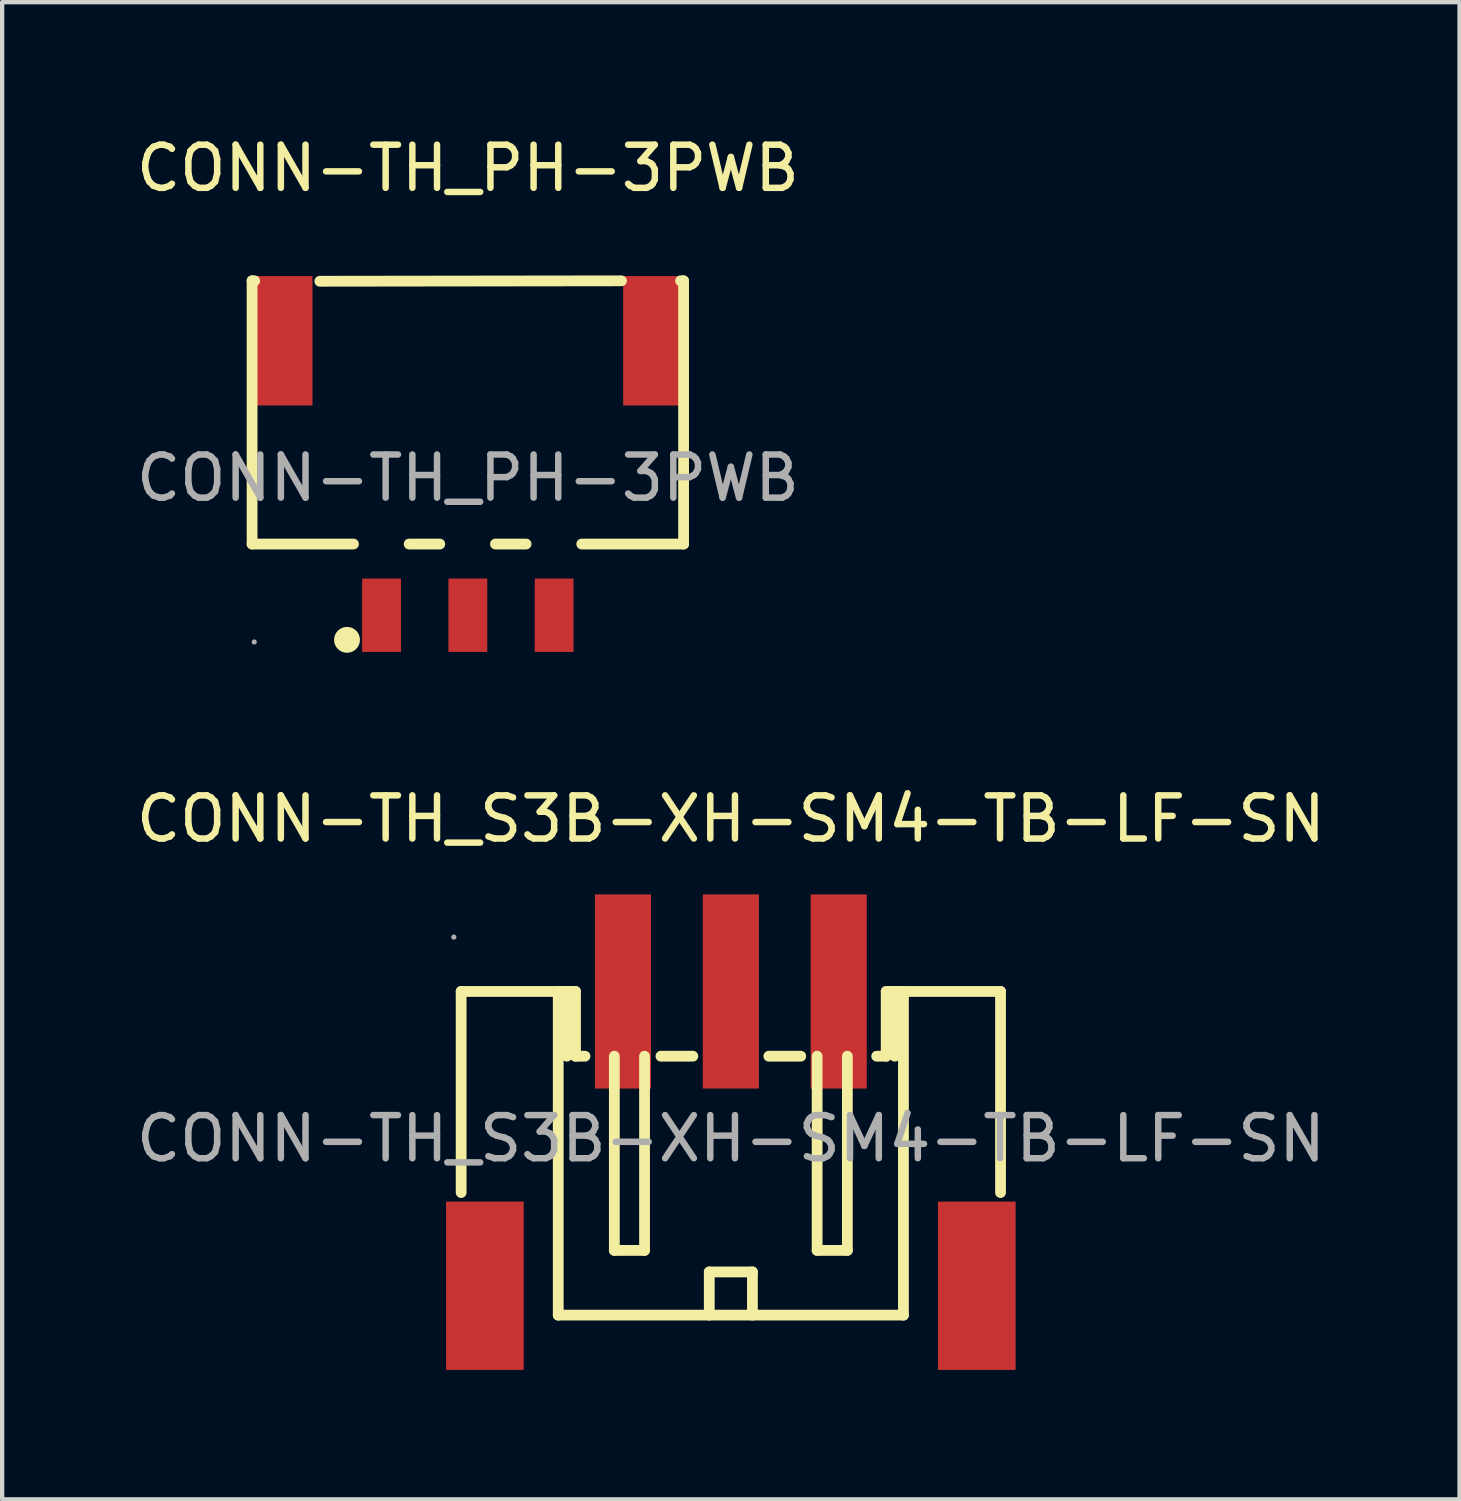
<source format=kicad_pcb>
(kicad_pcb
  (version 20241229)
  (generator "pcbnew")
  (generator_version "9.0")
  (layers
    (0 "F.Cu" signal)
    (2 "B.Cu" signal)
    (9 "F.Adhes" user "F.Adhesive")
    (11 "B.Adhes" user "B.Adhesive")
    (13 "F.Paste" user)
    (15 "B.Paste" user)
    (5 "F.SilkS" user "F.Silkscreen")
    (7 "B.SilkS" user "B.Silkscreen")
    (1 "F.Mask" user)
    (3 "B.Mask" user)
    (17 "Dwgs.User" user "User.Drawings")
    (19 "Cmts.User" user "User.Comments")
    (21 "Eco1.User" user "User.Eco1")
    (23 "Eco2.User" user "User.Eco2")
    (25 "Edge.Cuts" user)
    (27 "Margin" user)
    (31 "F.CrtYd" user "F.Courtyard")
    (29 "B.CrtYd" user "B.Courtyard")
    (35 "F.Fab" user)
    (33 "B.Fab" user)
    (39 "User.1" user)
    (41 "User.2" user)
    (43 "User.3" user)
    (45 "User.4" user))
  (footprint "CONN-TH_S3B-XH-SM4-TB-LF-SN"
    (layer "F.Cu")
    (at 13.887 23.337)
    (property "Reference" "CONN-TH_S3B-XH-SM4-TB-LF-SN" (at 0 -7.41 0) (layer "F.SilkS") (effects (font (size 1 1) (thickness 0.15))))
    (attr smd)
    (fp_line (start -6.25 -3.41) (end -3.75 -3.41) (stroke (width 0.25) (type solid)) (layer "F.SilkS"))
    (fp_line (start -6.25 1.25) (end -6.25 -3.41) (stroke (width 0.25) (type solid)) (layer "F.SilkS"))
    (fp_line (start -4 -3.41) (end -3.6 -3.41) (stroke (width 0.25) (type solid)) (layer "F.SilkS"))
    (fp_line (start -4 4.09) (end -4 -3.41) (stroke (width 0.25) (type solid)) (layer "F.SilkS"))
    (fp_line (start -3.8 -3.41) (end -3.8 -1.91) (stroke (width 0.25) (type solid)) (layer "F.SilkS"))
    (fp_line (start -3.6 -3.41) (end -3.6 -1.91) (stroke (width 0.25) (type solid)) (layer "F.SilkS"))
    (fp_line (start -3.6 -1.91) (end -3.38 -1.91) (stroke (width 0.25) (type solid)) (layer "F.SilkS"))
    (fp_line (start -2.7 2.59) (end -2.7 -1.91) (stroke (width 0.25) (type solid)) (layer "F.SilkS"))
    (fp_line (start -2 -1.91) (end -2 2.59) (stroke (width 0.25) (type solid)) (layer "F.SilkS"))
    (fp_line (start -2 2.59) (end -2.7 2.59) (stroke (width 0.25) (type solid)) (layer "F.SilkS"))
    (fp_line (start -1.62 -1.91) (end -0.88 -1.91) (stroke (width 0.25) (type solid)) (layer "F.SilkS"))
    (fp_line (start -0.5 3.09) (end 0.5 3.09) (stroke (width 0.25) (type solid)) (layer "F.SilkS"))
    (fp_line (start -0.5 4.09) (end -0.5 3.09) (stroke (width 0.25) (type solid)) (layer "F.SilkS"))
    (fp_line (start 0.5 3.09) (end 0.5 4.09) (stroke (width 0.25) (type solid)) (layer "F.SilkS"))
    (fp_line (start 0.88 -1.91) (end 1.62 -1.91) (stroke (width 0.25) (type solid)) (layer "F.SilkS"))
    (fp_line (start 2 -1.91) (end 2 2.59) (stroke (width 0.25) (type solid)) (layer "F.SilkS"))
    (fp_line (start 2 2.59) (end 2.7 2.59) (stroke (width 0.25) (type solid)) (layer "F.SilkS"))
    (fp_line (start 2.7 2.59) (end 2.7 -1.91) (stroke (width 0.25) (type solid)) (layer "F.SilkS"))
    (fp_line (start 3.38 -1.91) (end 3.6 -1.91) (stroke (width 0.25) (type solid)) (layer "F.SilkS"))
    (fp_line (start 3.6 -3.41) (end 4 -3.41) (stroke (width 0.25) (type solid)) (layer "F.SilkS"))
    (fp_line (start 3.6 -1.91) (end 3.6 -3.41) (stroke (width 0.25) (type solid)) (layer "F.SilkS"))
    (fp_line (start 3.8 -1.91) (end 3.8 -3.41) (stroke (width 0.25) (type solid)) (layer "F.SilkS"))
    (fp_line (start 4 -3.41) (end 4 4.09) (stroke (width 0.25) (type solid)) (layer "F.SilkS"))
    (fp_line (start 4 4.09) (end -4 4.09) (stroke (width 0.25) (type solid)) (layer "F.SilkS"))
    (fp_line (start 6.25 -3.41) (end 3.75 -3.41) (stroke (width 0.25) (type solid)) (layer "F.SilkS"))
    (fp_line (start 6.25 1.25) (end 6.25 -3.41) (stroke (width 0.25) (type solid)) (layer "F.SilkS"))
    (fp_circle (center -6.42 -4.67) (end -6.39 -4.67) (stroke (width 0.06) (type solid)) (fill no) (layer "F.Fab"))
    (fp_text user "${REFERENCE}" (at 0 0 0) (layer "F.Fab") (effects (font (size 1 1) (thickness 0.15))))
    (pad "1" smd rect (at -2.5 -3.41) (size 1.3 4.5) (layers "F.Cu" "F.Mask" "F.Paste"))
    (pad "2" smd rect (at 0 -3.41) (size 1.3 4.5) (layers "F.Cu" "F.Mask" "F.Paste"))
    (pad "3" smd rect (at 2.5 -3.41) (size 1.3 4.5) (layers "F.Cu" "F.Mask" "F.Paste"))
    (pad "4" smd rect (at -5.7 3.41) (size 1.8 3.9) (layers "F.Cu" "F.Mask" "F.Paste"))
    (pad "5" smd rect (at 5.7 3.41) (size 1.8 3.9) (layers "F.Cu" "F.Mask" "F.Paste")))
  (footprint "CONN-TH_PH-3PWB"
    (layer "F.Cu")
    (at 7.792 8.028)
    (property "Reference" "CONN-TH_PH-3PWB" (at 0 -7.18 0) (layer "F.SilkS") (effects (font (size 1 1) (thickness 0.15))))
    (attr smd)
    (fp_line (start -5 -4.57) (end -4.94 -4.57) (stroke (width 0.25) (type solid)) (layer "F.SilkS"))
    (fp_line (start -5 1.53) (end -5 -4.57) (stroke (width 0.25) (type solid)) (layer "F.SilkS"))
    (fp_line (start -3.43 -4.56) (end 3.56 -4.57) (stroke (width 0.25) (type solid)) (layer "F.SilkS"))
    (fp_line (start -2.65 1.53) (end -5 1.53) (stroke (width 0.25) (type solid)) (layer "F.SilkS"))
    (fp_line (start -0.65 1.53) (end -1.36 1.53) (stroke (width 0.25) (type solid)) (layer "F.SilkS"))
    (fp_line (start 1.35 1.53) (end 0.64 1.53) (stroke (width 0.25) (type solid)) (layer "F.SilkS"))
    (fp_line (start 4.93 -4.57) (end 5 -4.57) (stroke (width 0.25) (type solid)) (layer "F.SilkS"))
    (fp_line (start 5 -4.57) (end 5 1.53) (stroke (width 0.25) (type solid)) (layer "F.SilkS"))
    (fp_line (start 5 1.53) (end 2.64 1.53) (stroke (width 0.25) (type solid)) (layer "F.SilkS"))
    (fp_circle (center -2.8 3.75) (end -2.65 3.75) (stroke (width 0.3) (type solid)) (fill no) (layer "F.SilkS"))
    (fp_circle (center -4.95 3.8) (end -4.92 3.8) (stroke (width 0.06) (type solid)) (fill no) (layer "F.Fab"))
    (fp_text user "${REFERENCE}" (at 0 0 0) (layer "F.Fab") (effects (font (size 1 1) (thickness 0.15))))
    (pad "0" smd rect (at -4.25 -3.18) (size 1.3 3) (layers "F.Cu" "F.Mask" "F.Paste"))
    (pad "0" smd rect (at 4.25 -3.18) (size 1.3 3) (layers "F.Cu" "F.Mask" "F.Paste"))
    (pad "1" smd rect (at -2 3.18) (size 0.9 1.7) (layers "F.Cu" "F.Mask" "F.Paste"))
    (pad "2" smd rect (at 0 3.18) (size 0.9 1.7) (layers "F.Cu" "F.Mask" "F.Paste"))
    (pad "3" smd rect (at 2 3.18) (size 0.9 1.7) (layers "F.Cu" "F.Mask" "F.Paste")))
  (gr_rect
    (start -3 -3)
    (end 30.774 31.697)
    (stroke (width 0.1) (type default))
    (fill no)
    (layer "Edge.Cuts")))
</source>
